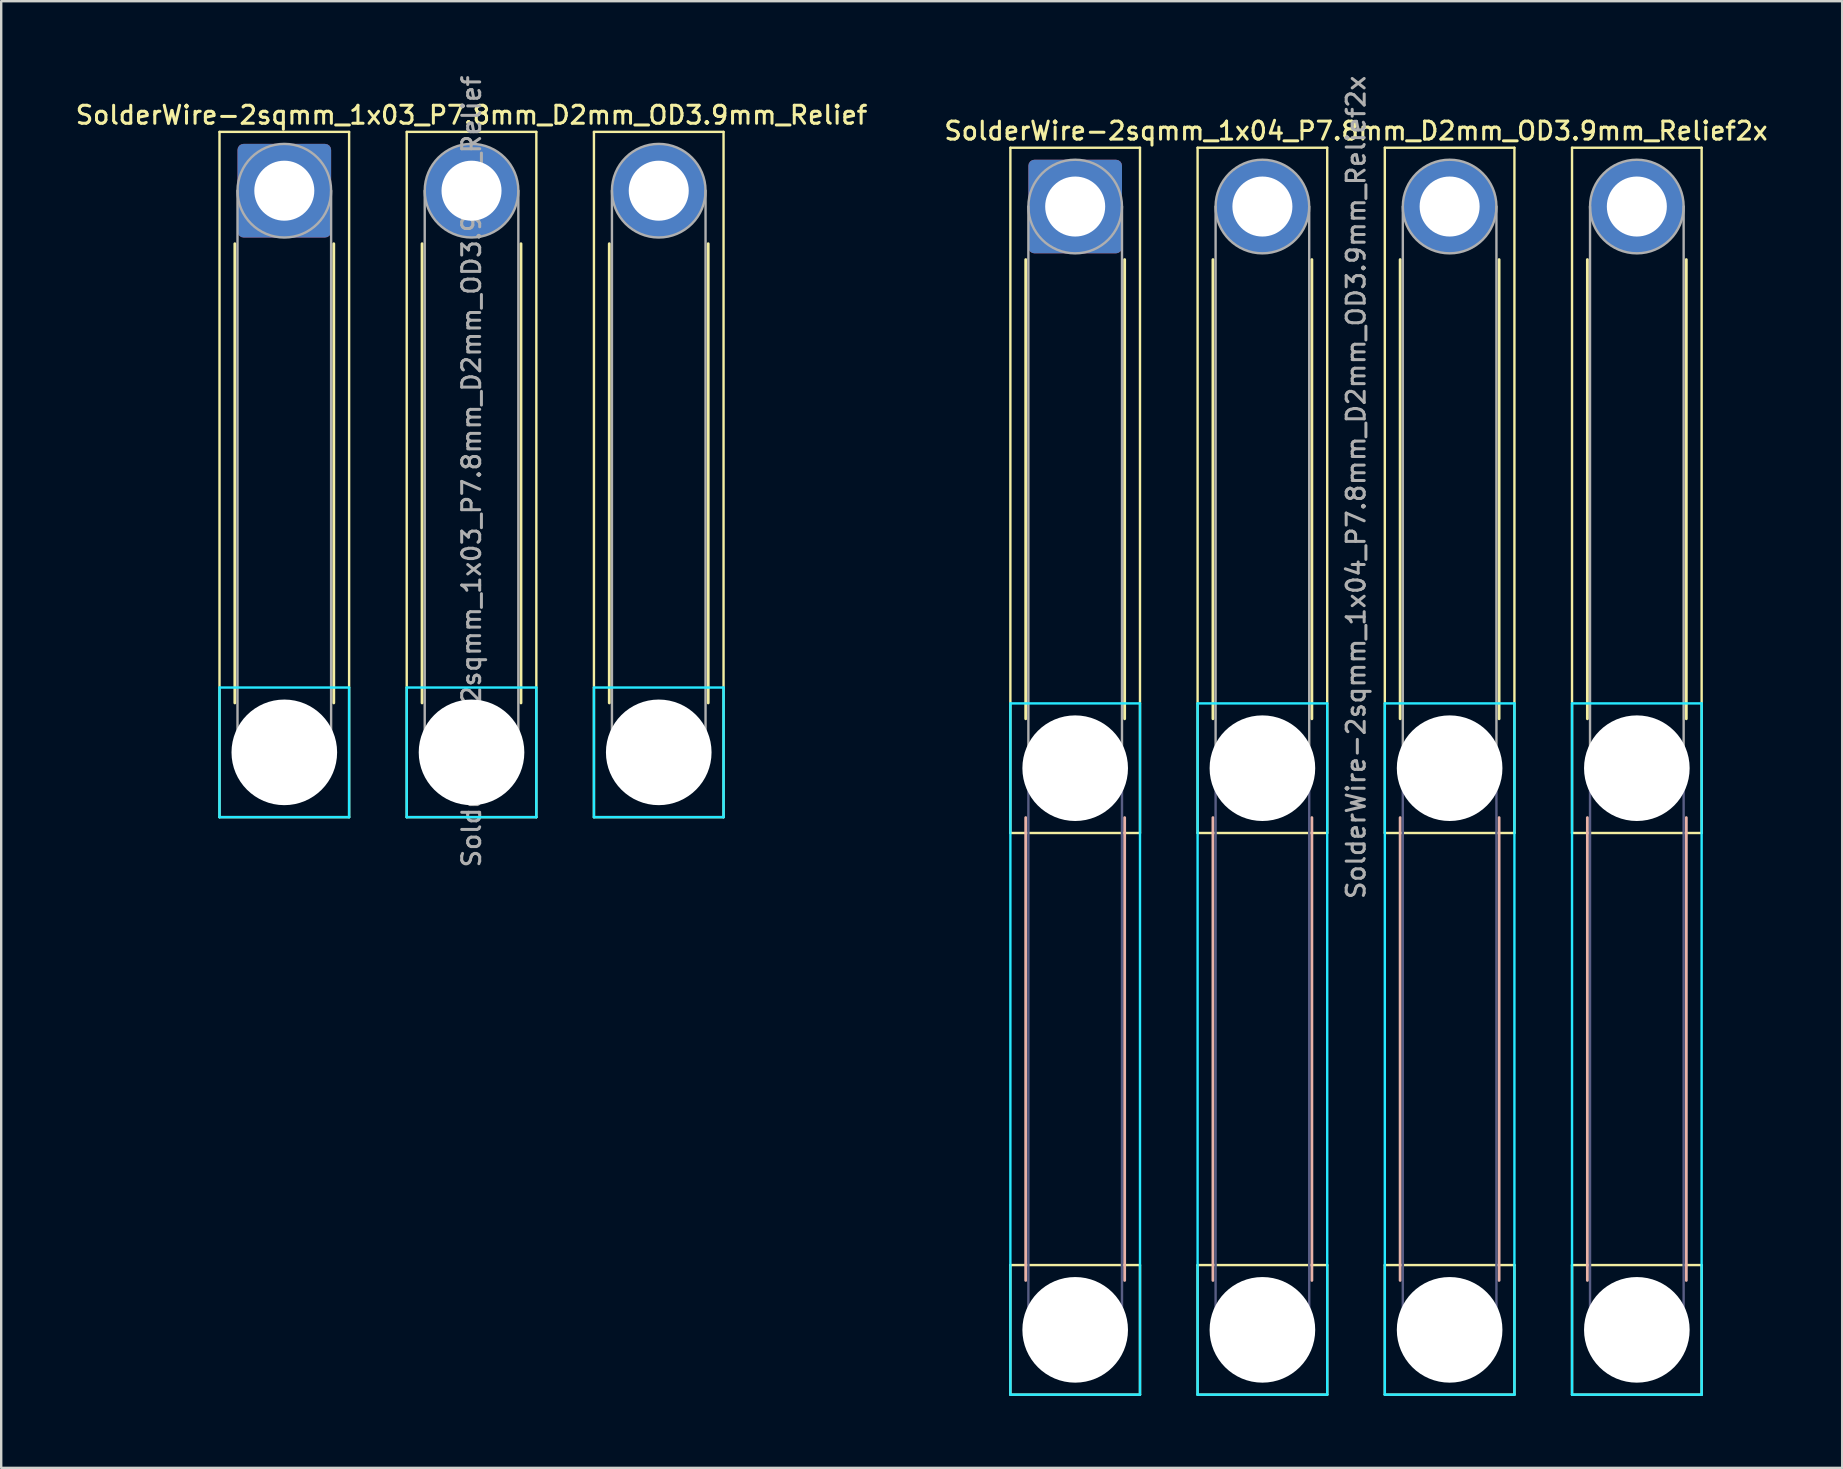
<source format=kicad_pcb>
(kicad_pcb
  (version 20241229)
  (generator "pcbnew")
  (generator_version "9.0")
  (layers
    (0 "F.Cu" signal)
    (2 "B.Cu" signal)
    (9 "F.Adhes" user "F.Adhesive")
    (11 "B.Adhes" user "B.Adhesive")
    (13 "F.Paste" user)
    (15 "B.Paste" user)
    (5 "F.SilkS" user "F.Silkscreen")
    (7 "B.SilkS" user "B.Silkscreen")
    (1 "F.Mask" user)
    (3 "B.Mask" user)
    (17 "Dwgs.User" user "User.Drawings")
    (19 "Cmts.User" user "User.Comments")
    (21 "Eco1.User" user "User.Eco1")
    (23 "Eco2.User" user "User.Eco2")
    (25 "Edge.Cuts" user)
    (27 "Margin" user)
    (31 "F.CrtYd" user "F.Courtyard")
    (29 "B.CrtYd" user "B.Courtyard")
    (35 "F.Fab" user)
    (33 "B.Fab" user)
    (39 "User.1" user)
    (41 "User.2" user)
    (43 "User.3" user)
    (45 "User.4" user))
  (footprint "SolderWire-2sqmm_1x03_P7.8mm_D2mm_OD3.9mm_Relief"
    (layer "F.Cu")
    (at 8.795 4.895)
    (property "Reference" "SolderWire-2sqmm_1x03_P7.8mm_D2mm_OD3.9mm_Relief" (at 7.8 -3.15 0) (layer "F.SilkS") (effects (font (size 0.75 0.75) (thickness 0.125))))
    (attr exclude_from_pos_files exclude_from_bom)
    (fp_line (start -2.7 -2.45) (end -2.7 26.1) (stroke (width 0.1) (type solid)) (layer "F.SilkS"))
    (fp_line (start -2.7 26.1) (end 2.7 26.1) (stroke (width 0.1) (type solid)) (layer "F.SilkS"))
    (fp_line (start -2.06 2.21) (end -2.06 21.34) (stroke (width 0.12) (type solid)) (layer "F.SilkS"))
    (fp_line (start 2.06 2.21) (end 2.06 21.34) (stroke (width 0.12) (type solid)) (layer "F.SilkS"))
    (fp_line (start 2.7 -2.45) (end -2.7 -2.45) (stroke (width 0.1) (type solid)) (layer "F.SilkS"))
    (fp_line (start 2.7 26.1) (end 2.7 -2.45) (stroke (width 0.1) (type solid)) (layer "F.SilkS"))
    (fp_line (start 5.1 -2.45) (end 5.1 26.1) (stroke (width 0.1) (type solid)) (layer "F.SilkS"))
    (fp_line (start 5.1 26.1) (end 10.5 26.1) (stroke (width 0.1) (type solid)) (layer "F.SilkS"))
    (fp_line (start 5.74 2.21) (end 5.74 21.34) (stroke (width 0.12) (type solid)) (layer "F.SilkS"))
    (fp_line (start 9.86 2.21) (end 9.86 21.34) (stroke (width 0.12) (type solid)) (layer "F.SilkS"))
    (fp_line (start 10.5 -2.45) (end 5.1 -2.45) (stroke (width 0.1) (type solid)) (layer "F.SilkS"))
    (fp_line (start 10.5 26.1) (end 10.5 -2.45) (stroke (width 0.1) (type solid)) (layer "F.SilkS"))
    (fp_line (start 12.9 -2.45) (end 12.9 26.1) (stroke (width 0.1) (type solid)) (layer "F.SilkS"))
    (fp_line (start 12.9 26.1) (end 18.3 26.1) (stroke (width 0.1) (type solid)) (layer "F.SilkS"))
    (fp_line (start 13.54 2.21) (end 13.54 21.34) (stroke (width 0.12) (type solid)) (layer "F.SilkS"))
    (fp_line (start 17.66 2.21) (end 17.66 21.34) (stroke (width 0.12) (type solid)) (layer "F.SilkS"))
    (fp_line (start 18.3 -2.45) (end 12.9 -2.45) (stroke (width 0.1) (type solid)) (layer "F.SilkS"))
    (fp_line (start 18.3 26.1) (end 18.3 -2.45) (stroke (width 0.1) (type solid)) (layer "F.SilkS"))
    (fp_line (start -2.7 20.7) (end -2.7 26.1) (stroke (width 0.1) (type solid)) (layer "B.CrtYd"))
    (fp_line (start -2.7 26.1) (end 2.7 26.1) (stroke (width 0.1) (type solid)) (layer "B.CrtYd"))
    (fp_line (start 2.7 20.7) (end -2.7 20.7) (stroke (width 0.1) (type solid)) (layer "B.CrtYd"))
    (fp_line (start 2.7 26.1) (end 2.7 20.7) (stroke (width 0.1) (type solid)) (layer "B.CrtYd"))
    (fp_line (start 5.1 20.7) (end 5.1 26.1) (stroke (width 0.1) (type solid)) (layer "B.CrtYd"))
    (fp_line (start 5.1 26.1) (end 10.5 26.1) (stroke (width 0.1) (type solid)) (layer "B.CrtYd"))
    (fp_line (start 10.5 20.7) (end 5.1 20.7) (stroke (width 0.1) (type solid)) (layer "B.CrtYd"))
    (fp_line (start 10.5 26.1) (end 10.5 20.7) (stroke (width 0.1) (type solid)) (layer "B.CrtYd"))
    (fp_line (start 12.9 20.7) (end 12.9 26.1) (stroke (width 0.1) (type solid)) (layer "B.CrtYd"))
    (fp_line (start 12.9 26.1) (end 18.3 26.1) (stroke (width 0.1) (type solid)) (layer "B.CrtYd"))
    (fp_line (start 18.3 20.7) (end 12.9 20.7) (stroke (width 0.1) (type solid)) (layer "B.CrtYd"))
    (fp_line (start 18.3 26.1) (end 18.3 20.7) (stroke (width 0.1) (type solid)) (layer "B.CrtYd"))
    (fp_line (start -1.95 0) (end -1.95 23.4) (stroke (width 0.1) (type solid)) (layer "F.Fab"))
    (fp_line (start 1.95 0) (end 1.95 23.4) (stroke (width 0.1) (type solid)) (layer "F.Fab"))
    (fp_line (start 5.85 0) (end 5.85 23.4) (stroke (width 0.1) (type solid)) (layer "F.Fab"))
    (fp_line (start 9.75 0) (end 9.75 23.4) (stroke (width 0.1) (type solid)) (layer "F.Fab"))
    (fp_line (start 13.65 0) (end 13.65 23.4) (stroke (width 0.1) (type solid)) (layer "F.Fab"))
    (fp_line (start 17.55 0) (end 17.55 23.4) (stroke (width 0.1) (type solid)) (layer "F.Fab"))
    (fp_circle (center 0 0) (end 1.95 0) (stroke (width 0.1) (type solid)) (fill no) (layer "F.Fab"))
    (fp_circle (center 0 23.4) (end 1.95 23.4) (stroke (width 0.1) (type solid)) (fill no) (layer "F.Fab"))
    (fp_circle (center 7.8 0) (end 9.75 0) (stroke (width 0.1) (type solid)) (fill no) (layer "F.Fab"))
    (fp_circle (center 7.8 23.4) (end 9.75 23.4) (stroke (width 0.1) (type solid)) (fill no) (layer "F.Fab"))
    (fp_circle (center 15.6 0) (end 17.55 0) (stroke (width 0.1) (type solid)) (fill no) (layer "F.Fab"))
    (fp_circle (center 15.6 23.4) (end 17.55 23.4) (stroke (width 0.1) (type solid)) (fill no) (layer "F.Fab"))
    (fp_text user "${REFERENCE}" (at 7.8 11.7 90) (layer "F.Fab") (effects (font (size 0.75 0.75) (thickness 0.125))))
    (pad "" np_thru_hole circle (at 0 23.4) (size 4.4 4.4) (drill 4.4) (layers "*.Cu" "*.Mask"))
    (pad "" np_thru_hole circle (at 7.8 23.4) (size 4.4 4.4) (drill 4.4) (layers "*.Cu" "*.Mask"))
    (pad "" np_thru_hole circle (at 15.6 23.4) (size 4.4 4.4) (drill 4.4) (layers "*.Cu" "*.Mask"))
    (pad "1" thru_hole roundrect (at 0 0) (size 3.9 3.9) (drill 2.5) (layers "*.Cu" "*.Mask") (roundrect_rratio 0.064))
    (pad "2" thru_hole circle (at 7.8 0) (size 3.9 3.9) (drill 2.5) (layers "*.Cu" "*.Mask"))
    (pad "3" thru_hole circle (at 15.6 0) (size 3.9 3.9) (drill 2.5) (layers "*.Cu" "*.Mask")))
  (footprint "SolderWire-2sqmm_1x04_P7.8mm_D2mm_OD3.9mm_Relief2x"
    (layer "F.Cu")
    (at 41.745 5.555)
    (property "Reference" "SolderWire-2sqmm_1x04_P7.8mm_D2mm_OD3.9mm_Relief2x" (at 11.7 -3.15 0) (layer "F.SilkS") (effects (font (size 0.75 0.75) (thickness 0.125))))
    (attr exclude_from_pos_files exclude_from_bom)
    (fp_line (start -2.7 -2.45) (end -2.7 26.1) (stroke (width 0.1) (type solid)) (layer "F.SilkS"))
    (fp_line (start -2.7 26.1) (end 2.7 26.1) (stroke (width 0.1) (type solid)) (layer "F.SilkS"))
    (fp_line (start -2.7 44.1) (end -2.7 49.5) (stroke (width 0.1) (type solid)) (layer "F.SilkS"))
    (fp_line (start -2.7 49.5) (end 2.7 49.5) (stroke (width 0.1) (type solid)) (layer "F.SilkS"))
    (fp_line (start -2.06 2.21) (end -2.06 21.34) (stroke (width 0.12) (type solid)) (layer "F.SilkS"))
    (fp_line (start 2.06 2.21) (end 2.06 21.34) (stroke (width 0.12) (type solid)) (layer "F.SilkS"))
    (fp_line (start 2.7 -2.45) (end -2.7 -2.45) (stroke (width 0.1) (type solid)) (layer "F.SilkS"))
    (fp_line (start 2.7 26.1) (end 2.7 -2.45) (stroke (width 0.1) (type solid)) (layer "F.SilkS"))
    (fp_line (start 2.7 44.1) (end -2.7 44.1) (stroke (width 0.1) (type solid)) (layer "F.SilkS"))
    (fp_line (start 2.7 49.5) (end 2.7 44.1) (stroke (width 0.1) (type solid)) (layer "F.SilkS"))
    (fp_line (start 5.1 -2.45) (end 5.1 26.1) (stroke (width 0.1) (type solid)) (layer "F.SilkS"))
    (fp_line (start 5.1 26.1) (end 10.5 26.1) (stroke (width 0.1) (type solid)) (layer "F.SilkS"))
    (fp_line (start 5.1 44.1) (end 5.1 49.5) (stroke (width 0.1) (type solid)) (layer "F.SilkS"))
    (fp_line (start 5.1 49.5) (end 10.5 49.5) (stroke (width 0.1) (type solid)) (layer "F.SilkS"))
    (fp_line (start 5.74 2.21) (end 5.74 21.34) (stroke (width 0.12) (type solid)) (layer "F.SilkS"))
    (fp_line (start 9.86 2.21) (end 9.86 21.34) (stroke (width 0.12) (type solid)) (layer "F.SilkS"))
    (fp_line (start 10.5 -2.45) (end 5.1 -2.45) (stroke (width 0.1) (type solid)) (layer "F.SilkS"))
    (fp_line (start 10.5 26.1) (end 10.5 -2.45) (stroke (width 0.1) (type solid)) (layer "F.SilkS"))
    (fp_line (start 10.5 44.1) (end 5.1 44.1) (stroke (width 0.1) (type solid)) (layer "F.SilkS"))
    (fp_line (start 10.5 49.5) (end 10.5 44.1) (stroke (width 0.1) (type solid)) (layer "F.SilkS"))
    (fp_line (start 12.9 -2.45) (end 12.9 26.1) (stroke (width 0.1) (type solid)) (layer "F.SilkS"))
    (fp_line (start 12.9 26.1) (end 18.3 26.1) (stroke (width 0.1) (type solid)) (layer "F.SilkS"))
    (fp_line (start 12.9 44.1) (end 12.9 49.5) (stroke (width 0.1) (type solid)) (layer "F.SilkS"))
    (fp_line (start 12.9 49.5) (end 18.3 49.5) (stroke (width 0.1) (type solid)) (layer "F.SilkS"))
    (fp_line (start 13.54 2.21) (end 13.54 21.34) (stroke (width 0.12) (type solid)) (layer "F.SilkS"))
    (fp_line (start 17.66 2.21) (end 17.66 21.34) (stroke (width 0.12) (type solid)) (layer "F.SilkS"))
    (fp_line (start 18.3 -2.45) (end 12.9 -2.45) (stroke (width 0.1) (type solid)) (layer "F.SilkS"))
    (fp_line (start 18.3 26.1) (end 18.3 -2.45) (stroke (width 0.1) (type solid)) (layer "F.SilkS"))
    (fp_line (start 18.3 44.1) (end 12.9 44.1) (stroke (width 0.1) (type solid)) (layer "F.SilkS"))
    (fp_line (start 18.3 49.5) (end 18.3 44.1) (stroke (width 0.1) (type solid)) (layer "F.SilkS"))
    (fp_line (start 20.7 -2.45) (end 20.7 26.1) (stroke (width 0.1) (type solid)) (layer "F.SilkS"))
    (fp_line (start 20.7 26.1) (end 26.1 26.1) (stroke (width 0.1) (type solid)) (layer "F.SilkS"))
    (fp_line (start 20.7 44.1) (end 20.7 49.5) (stroke (width 0.1) (type solid)) (layer "F.SilkS"))
    (fp_line (start 20.7 49.5) (end 26.1 49.5) (stroke (width 0.1) (type solid)) (layer "F.SilkS"))
    (fp_line (start 21.34 2.21) (end 21.34 21.34) (stroke (width 0.12) (type solid)) (layer "F.SilkS"))
    (fp_line (start 25.46 2.21) (end 25.46 21.34) (stroke (width 0.12) (type solid)) (layer "F.SilkS"))
    (fp_line (start 26.1 -2.45) (end 20.7 -2.45) (stroke (width 0.1) (type solid)) (layer "F.SilkS"))
    (fp_line (start 26.1 26.1) (end 26.1 -2.45) (stroke (width 0.1) (type solid)) (layer "F.SilkS"))
    (fp_line (start 26.1 44.1) (end 20.7 44.1) (stroke (width 0.1) (type solid)) (layer "F.SilkS"))
    (fp_line (start 26.1 49.5) (end 26.1 44.1) (stroke (width 0.1) (type solid)) (layer "F.SilkS"))
    (fp_line (start -2.06 25.46) (end -2.06 44.74) (stroke (width 0.12) (type solid)) (layer "B.SilkS"))
    (fp_line (start 2.06 25.46) (end 2.06 44.74) (stroke (width 0.12) (type solid)) (layer "B.SilkS"))
    (fp_line (start 5.74 25.46) (end 5.74 44.74) (stroke (width 0.12) (type solid)) (layer "B.SilkS"))
    (fp_line (start 9.86 25.46) (end 9.86 44.74) (stroke (width 0.12) (type solid)) (layer "B.SilkS"))
    (fp_line (start 13.54 25.46) (end 13.54 44.74) (stroke (width 0.12) (type solid)) (layer "B.SilkS"))
    (fp_line (start 17.66 25.46) (end 17.66 44.74) (stroke (width 0.12) (type solid)) (layer "B.SilkS"))
    (fp_line (start 21.34 25.46) (end 21.34 44.74) (stroke (width 0.12) (type solid)) (layer "B.SilkS"))
    (fp_line (start 25.46 25.46) (end 25.46 44.74) (stroke (width 0.12) (type solid)) (layer "B.SilkS"))
    (fp_line (start -2.7 20.7) (end -2.7 49.5) (stroke (width 0.1) (type solid)) (layer "B.CrtYd"))
    (fp_line (start -2.7 49.5) (end 2.7 49.5) (stroke (width 0.1) (type solid)) (layer "B.CrtYd"))
    (fp_line (start 2.7 20.7) (end -2.7 20.7) (stroke (width 0.1) (type solid)) (layer "B.CrtYd"))
    (fp_line (start 2.7 49.5) (end 2.7 20.7) (stroke (width 0.1) (type solid)) (layer "B.CrtYd"))
    (fp_line (start 5.1 20.7) (end 5.1 49.5) (stroke (width 0.1) (type solid)) (layer "B.CrtYd"))
    (fp_line (start 5.1 49.5) (end 10.5 49.5) (stroke (width 0.1) (type solid)) (layer "B.CrtYd"))
    (fp_line (start 10.5 20.7) (end 5.1 20.7) (stroke (width 0.1) (type solid)) (layer "B.CrtYd"))
    (fp_line (start 10.5 49.5) (end 10.5 20.7) (stroke (width 0.1) (type solid)) (layer "B.CrtYd"))
    (fp_line (start 12.9 20.7) (end 12.9 49.5) (stroke (width 0.1) (type solid)) (layer "B.CrtYd"))
    (fp_line (start 12.9 49.5) (end 18.3 49.5) (stroke (width 0.1) (type solid)) (layer "B.CrtYd"))
    (fp_line (start 18.3 20.7) (end 12.9 20.7) (stroke (width 0.1) (type solid)) (layer "B.CrtYd"))
    (fp_line (start 18.3 49.5) (end 18.3 20.7) (stroke (width 0.1) (type solid)) (layer "B.CrtYd"))
    (fp_line (start 20.7 20.7) (end 20.7 49.5) (stroke (width 0.1) (type solid)) (layer "B.CrtYd"))
    (fp_line (start 20.7 49.5) (end 26.1 49.5) (stroke (width 0.1) (type solid)) (layer "B.CrtYd"))
    (fp_line (start 26.1 20.7) (end 20.7 20.7) (stroke (width 0.1) (type solid)) (layer "B.CrtYd"))
    (fp_line (start 26.1 49.5) (end 26.1 20.7) (stroke (width 0.1) (type solid)) (layer "B.CrtYd"))
    (fp_line (start -1.95 23.4) (end -1.95 46.8) (stroke (width 0.1) (type solid)) (layer "B.Fab"))
    (fp_line (start 1.95 23.4) (end 1.95 46.8) (stroke (width 0.1) (type solid)) (layer "B.Fab"))
    (fp_line (start 5.85 23.4) (end 5.85 46.8) (stroke (width 0.1) (type solid)) (layer "B.Fab"))
    (fp_line (start 9.75 23.4) (end 9.75 46.8) (stroke (width 0.1) (type solid)) (layer "B.Fab"))
    (fp_line (start 13.65 23.4) (end 13.65 46.8) (stroke (width 0.1) (type solid)) (layer "B.Fab"))
    (fp_line (start 17.55 23.4) (end 17.55 46.8) (stroke (width 0.1) (type solid)) (layer "B.Fab"))
    (fp_line (start 21.45 23.4) (end 21.45 46.8) (stroke (width 0.1) (type solid)) (layer "B.Fab"))
    (fp_line (start 25.35 23.4) (end 25.35 46.8) (stroke (width 0.1) (type solid)) (layer "B.Fab"))
    (fp_circle (center 0 23.4) (end 1.95 23.4) (stroke (width 0.1) (type solid)) (fill no) (layer "B.Fab"))
    (fp_circle (center 0 46.8) (end 1.95 46.8) (stroke (width 0.1) (type solid)) (fill no) (layer "B.Fab"))
    (fp_circle (center 7.8 23.4) (end 9.75 23.4) (stroke (width 0.1) (type solid)) (fill no) (layer "B.Fab"))
    (fp_circle (center 7.8 46.8) (end 9.75 46.8) (stroke (width 0.1) (type solid)) (fill no) (layer "B.Fab"))
    (fp_circle (center 15.6 23.4) (end 17.55 23.4) (stroke (width 0.1) (type solid)) (fill no) (layer "B.Fab"))
    (fp_circle (center 15.6 46.8) (end 17.55 46.8) (stroke (width 0.1) (type solid)) (fill no) (layer "B.Fab"))
    (fp_circle (center 23.4 23.4) (end 25.35 23.4) (stroke (width 0.1) (type solid)) (fill no) (layer "B.Fab"))
    (fp_circle (center 23.4 46.8) (end 25.35 46.8) (stroke (width 0.1) (type solid)) (fill no) (layer "B.Fab"))
    (fp_line (start -1.95 0) (end -1.95 23.4) (stroke (width 0.1) (type solid)) (layer "F.Fab"))
    (fp_line (start 1.95 0) (end 1.95 23.4) (stroke (width 0.1) (type solid)) (layer "F.Fab"))
    (fp_line (start 5.85 0) (end 5.85 23.4) (stroke (width 0.1) (type solid)) (layer "F.Fab"))
    (fp_line (start 9.75 0) (end 9.75 23.4) (stroke (width 0.1) (type solid)) (layer "F.Fab"))
    (fp_line (start 13.65 0) (end 13.65 23.4) (stroke (width 0.1) (type solid)) (layer "F.Fab"))
    (fp_line (start 17.55 0) (end 17.55 23.4) (stroke (width 0.1) (type solid)) (layer "F.Fab"))
    (fp_line (start 21.45 0) (end 21.45 23.4) (stroke (width 0.1) (type solid)) (layer "F.Fab"))
    (fp_line (start 25.35 0) (end 25.35 23.4) (stroke (width 0.1) (type solid)) (layer "F.Fab"))
    (fp_circle (center 0 0) (end 1.95 0) (stroke (width 0.1) (type solid)) (fill no) (layer "F.Fab"))
    (fp_circle (center 0 23.4) (end 1.95 23.4) (stroke (width 0.1) (type solid)) (fill no) (layer "F.Fab"))
    (fp_circle (center 0 46.8) (end 1.95 46.8) (stroke (width 0.1) (type solid)) (fill no) (layer "F.Fab"))
    (fp_circle (center 7.8 0) (end 9.75 0) (stroke (width 0.1) (type solid)) (fill no) (layer "F.Fab"))
    (fp_circle (center 7.8 23.4) (end 9.75 23.4) (stroke (width 0.1) (type solid)) (fill no) (layer "F.Fab"))
    (fp_circle (center 7.8 46.8) (end 9.75 46.8) (stroke (width 0.1) (type solid)) (fill no) (layer "F.Fab"))
    (fp_circle (center 15.6 0) (end 17.55 0) (stroke (width 0.1) (type solid)) (fill no) (layer "F.Fab"))
    (fp_circle (center 15.6 23.4) (end 17.55 23.4) (stroke (width 0.1) (type solid)) (fill no) (layer "F.Fab"))
    (fp_circle (center 15.6 46.8) (end 17.55 46.8) (stroke (width 0.1) (type solid)) (fill no) (layer "F.Fab"))
    (fp_circle (center 23.4 0) (end 25.35 0) (stroke (width 0.1) (type solid)) (fill no) (layer "F.Fab"))
    (fp_circle (center 23.4 23.4) (end 25.35 23.4) (stroke (width 0.1) (type solid)) (fill no) (layer "F.Fab"))
    (fp_circle (center 23.4 46.8) (end 25.35 46.8) (stroke (width 0.1) (type solid)) (fill no) (layer "F.Fab"))
    (fp_text user "${REFERENCE}" (at 11.7 11.7 90) (layer "F.Fab") (effects (font (size 0.75 0.75) (thickness 0.125))))
    (pad "" np_thru_hole circle (at 0 23.4) (size 4.4 4.4) (drill 4.4) (layers "*.Cu" "*.Mask"))
    (pad "" np_thru_hole circle (at 0 46.8) (size 4.4 4.4) (drill 4.4) (layers "*.Cu" "*.Mask"))
    (pad "" np_thru_hole circle (at 7.8 23.4) (size 4.4 4.4) (drill 4.4) (layers "*.Cu" "*.Mask"))
    (pad "" np_thru_hole circle (at 7.8 46.8) (size 4.4 4.4) (drill 4.4) (layers "*.Cu" "*.Mask"))
    (pad "" np_thru_hole circle (at 15.6 23.4) (size 4.4 4.4) (drill 4.4) (layers "*.Cu" "*.Mask"))
    (pad "" np_thru_hole circle (at 15.6 46.8) (size 4.4 4.4) (drill 4.4) (layers "*.Cu" "*.Mask"))
    (pad "" np_thru_hole circle (at 23.4 23.4) (size 4.4 4.4) (drill 4.4) (layers "*.Cu" "*.Mask"))
    (pad "" np_thru_hole circle (at 23.4 46.8) (size 4.4 4.4) (drill 4.4) (layers "*.Cu" "*.Mask"))
    (pad "1" thru_hole roundrect (at 0 0) (size 3.9 3.9) (drill 2.5) (layers "*.Cu" "*.Mask") (roundrect_rratio 0.064))
    (pad "2" thru_hole circle (at 7.8 0) (size 3.9 3.9) (drill 2.5) (layers "*.Cu" "*.Mask"))
    (pad "3" thru_hole circle (at 15.6 0) (size 3.9 3.9) (drill 2.5) (layers "*.Cu" "*.Mask"))
    (pad "4" thru_hole circle (at 23.4 0) (size 3.9 3.9) (drill 2.5) (layers "*.Cu" "*.Mask")))
  (gr_rect
    (start -3 -3)
    (end 73.7 58.105)
    (stroke (width 0.1) (type default))
    (fill no)
    (layer "Edge.Cuts")))
</source>
